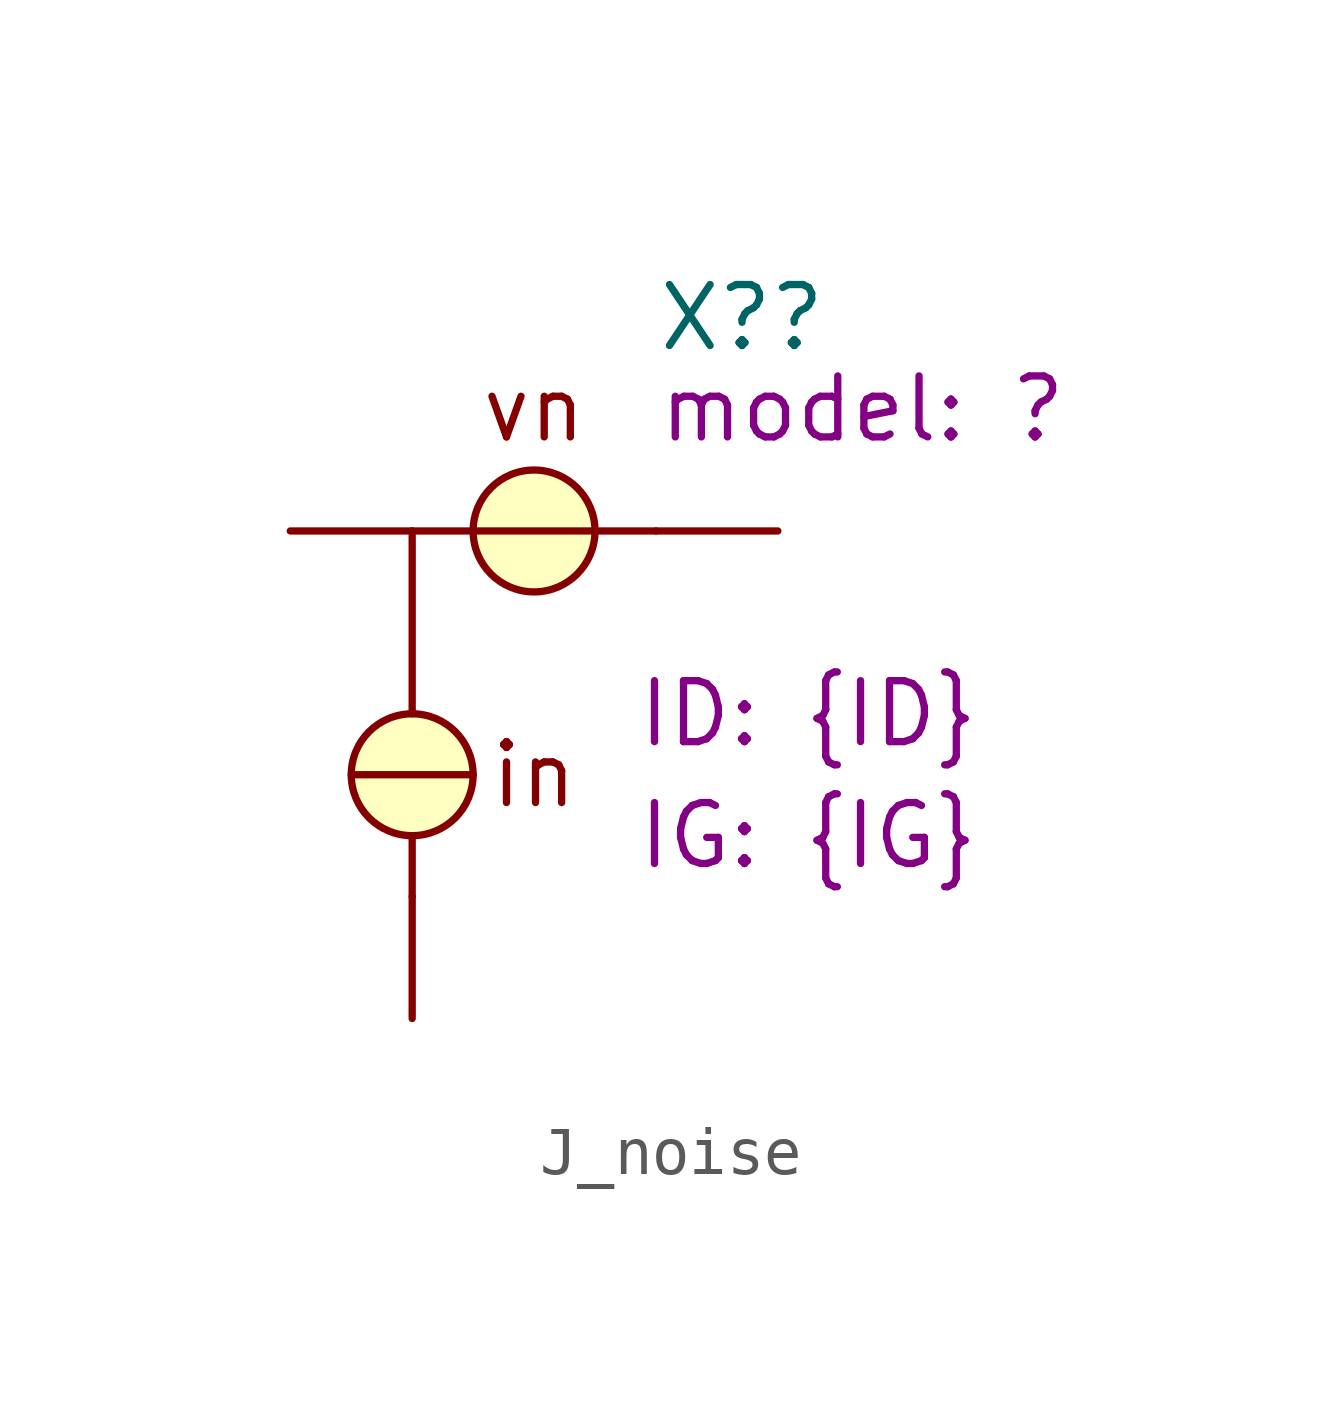
<source format=kicad_sym>
(kicad_symbol_lib
  (version 20241209)
  (generator "kicad_symbol_editor")
  (generator_version "9.0")
  (symbol "J_noise"
    (pin_numbers
      (hide yes))
    (pin_names
      (offset 0)
      (hide yes))
    (property "Reference" "X?"
      (at 5.08 9.525 0)
      (effects (font (size 1.27 1.27)) (justify left)))
    (property "Value" ""
      (at 5.08 7.62 0)
      (effects (font (size 1.27 1.27)) (justify left)))
    (property "ID" "{ID}"
      (at 8.255 1.27 0)
      (show_name)
      (effects (font (size 1.27 1.27))))
    (property "IG" "{IG}"
      (at 8.255 -1.27 0)
      (show_name)
      (effects (font (size 1.27 1.27))))
    (property "model" "?"
      (at 5.08 7.62 0)
      (show_name)
      (effects (font (size 1.27 1.27)) (justify left)))
    (symbol "J_noise_0_0"
      (polyline (pts (xy 0 5.08) (xy 0 1.27)) (stroke (width 0) (type default)) (fill (type none)))
      (polyline (pts (xy 0 5.08) (xy 5.08 5.08)) (stroke (width 0) (type default)) (fill (type none)))
      (polyline (pts (xy 0 -1.27) (xy 0 -2.54)) (stroke (width 0) (type default)) (fill (type none))))
    (symbol "J_noise_0_1"
      (polyline (pts (xy -1.27 0) (xy 1.27 0)) (stroke (width 0) (type default)) (fill (type none))))
    (symbol "J_noise_1_0"
      (pin bidirectional line (at 7.62 5.08 180) (length 2.54) (name "int" (effects (font (size 1.27 1.27)))) (number "3" (effects (font (size 1.27 1.27))))))
    (symbol "J_noise_1_1"
      (circle (center 0 0) (radius 1.27) (stroke (width 0) (type default)) (fill (type background)))
      (circle (center 2.54 5.08) (radius 1.27) (stroke (width 0) (type default)) (fill (type background)))
      (text "vn" (at 2.54 7.62 0) (effects (font (size 1.27 1.27))))
      (text "in" (at 2.54 0 0) (effects (font (size 1.27 1.27))))
      (pin bidirectional line (at -2.54 5.08 0) (length 2.54) (name "ext" (effects (font (size 1.27 1.27)))) (number "1" (effects (font (size 1.27 1.27)))))
      (pin bidirectional line (at 0 -5.08 90) (length 2.54) (name "comm" (effects (font (size 1.27 1.27)))) (number "2" (effects (font (size 1.27 1.27))))))))
</source>
